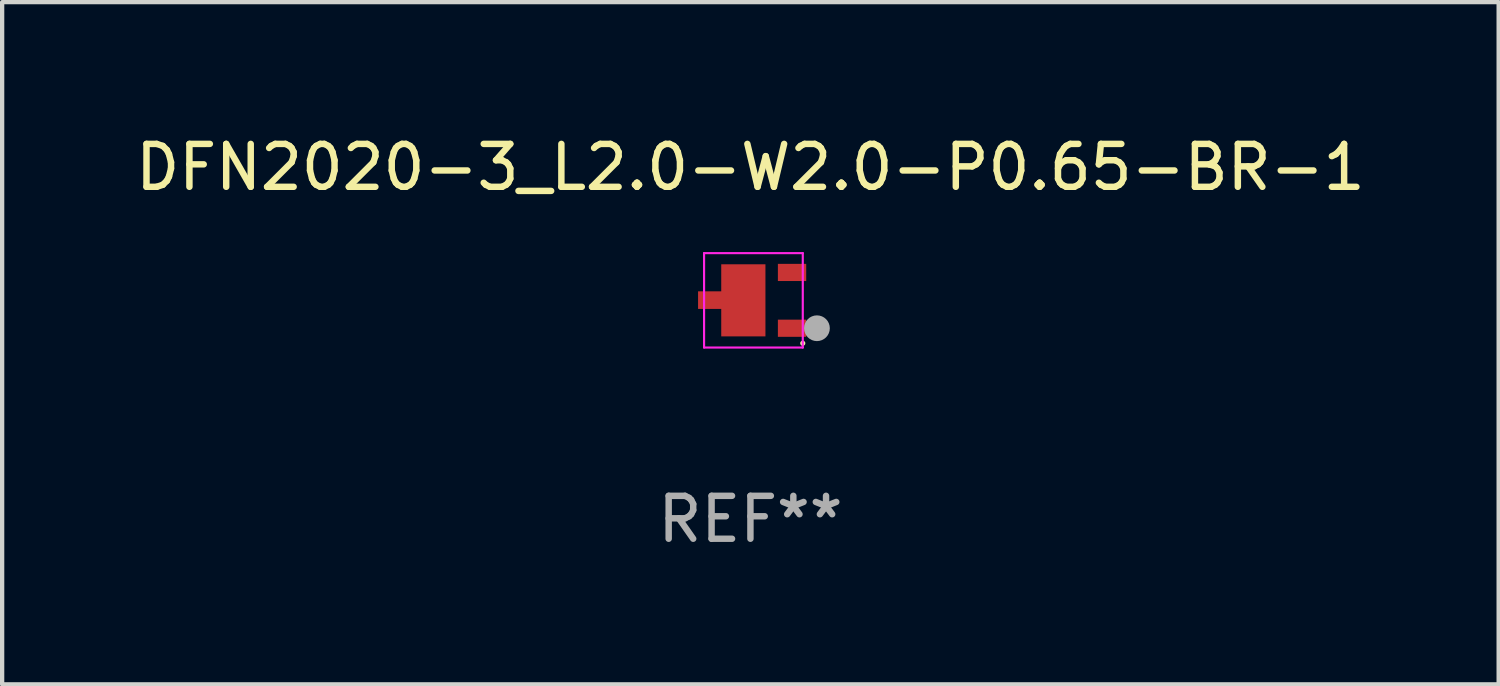
<source format=kicad_pcb>
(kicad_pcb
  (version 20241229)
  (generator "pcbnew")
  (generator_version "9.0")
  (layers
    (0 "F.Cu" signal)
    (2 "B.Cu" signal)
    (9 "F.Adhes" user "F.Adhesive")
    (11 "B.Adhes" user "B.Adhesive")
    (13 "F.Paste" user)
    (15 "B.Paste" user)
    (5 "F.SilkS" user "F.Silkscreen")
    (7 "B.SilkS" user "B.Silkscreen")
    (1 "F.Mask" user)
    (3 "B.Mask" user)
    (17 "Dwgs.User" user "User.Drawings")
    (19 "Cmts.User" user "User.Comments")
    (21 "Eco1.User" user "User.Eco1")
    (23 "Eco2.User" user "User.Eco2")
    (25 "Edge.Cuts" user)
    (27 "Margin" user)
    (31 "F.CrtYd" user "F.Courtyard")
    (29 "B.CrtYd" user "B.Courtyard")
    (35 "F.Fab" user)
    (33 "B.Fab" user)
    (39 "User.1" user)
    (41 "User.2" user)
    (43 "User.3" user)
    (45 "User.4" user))
  (footprint "DFN2020-3_L2.0-W2.0-P0.65-BR-1"
    (layer "F.Cu")
    (at 14.755 3.948)
    (property "Reference" "DFN2020-3_L2.0-W2.0-P0.65-BR-1" (at -0.32 -3.1 0) (layer "F.SilkS") (effects (font (size 1 1) (thickness 0.15))))
    (attr smd)
    (fp_circle (center 0.9 1) (end 0.93 1) (stroke (width 0.06) (type solid)) (fill no) (layer "F.SilkS"))
    (fp_line (start -1.4 -1.1) (end 0.9 -1.1) (stroke (width 0.05) (type default)) (layer "F.CrtYd"))
    (fp_line (start -1.4 1.1) (end -1.4 -1.1) (stroke (width 0.05) (type default)) (layer "F.CrtYd"))
    (fp_line (start 0.9 -1.1) (end 0.9 1.1) (stroke (width 0.05) (type default)) (layer "F.CrtYd"))
    (fp_line (start 0.9 1.1) (end -1.4 1.1) (stroke (width 0.05) (type default)) (layer "F.CrtYd"))
    (fp_circle (center 1.23 0.65) (end 1.38 0.65) (stroke (width 0.3) (type solid)) (fill no) (layer "F.Fab"))
    (fp_text user "REF**" (at -0.32 5.1 0) (layer "F.Fab") (effects (font (size 1 1) (thickness 0.15))))
    (pad "1" smd rect (at 0.65 0.65) (size 0.66 0.4) (layers "F.Cu" "F.Mask" "F.Paste"))
    (pad "2" smd rect (at 0.65 -0.65) (size 0.66 0.4) (layers "F.Cu" "F.Mask" "F.Paste"))
    (pad "3" smd custom (at -0.65 0) (size 0.1 0.1) (layers "F.Cu" "F.Mask" "F.Paste") (options (anchor circle)) (primitives (gr_poly (pts (xy -0.89 -0.21) (xy -0.35 -0.21) (xy -0.35 -0.84) (xy 0.68 -0.84) (xy 0.68 0.84) (xy -0.35 0.84) (xy -0.35 0.2) (xy -0.89 0.2) (xy -0.89 -0.21)) (width 0) (fill yes)))))
  (gr_rect
    (start -3 -3)
    (end 31.869 12.896)
    (stroke (width 0.1) (type default))
    (fill no)
    (layer "Edge.Cuts")))
</source>
